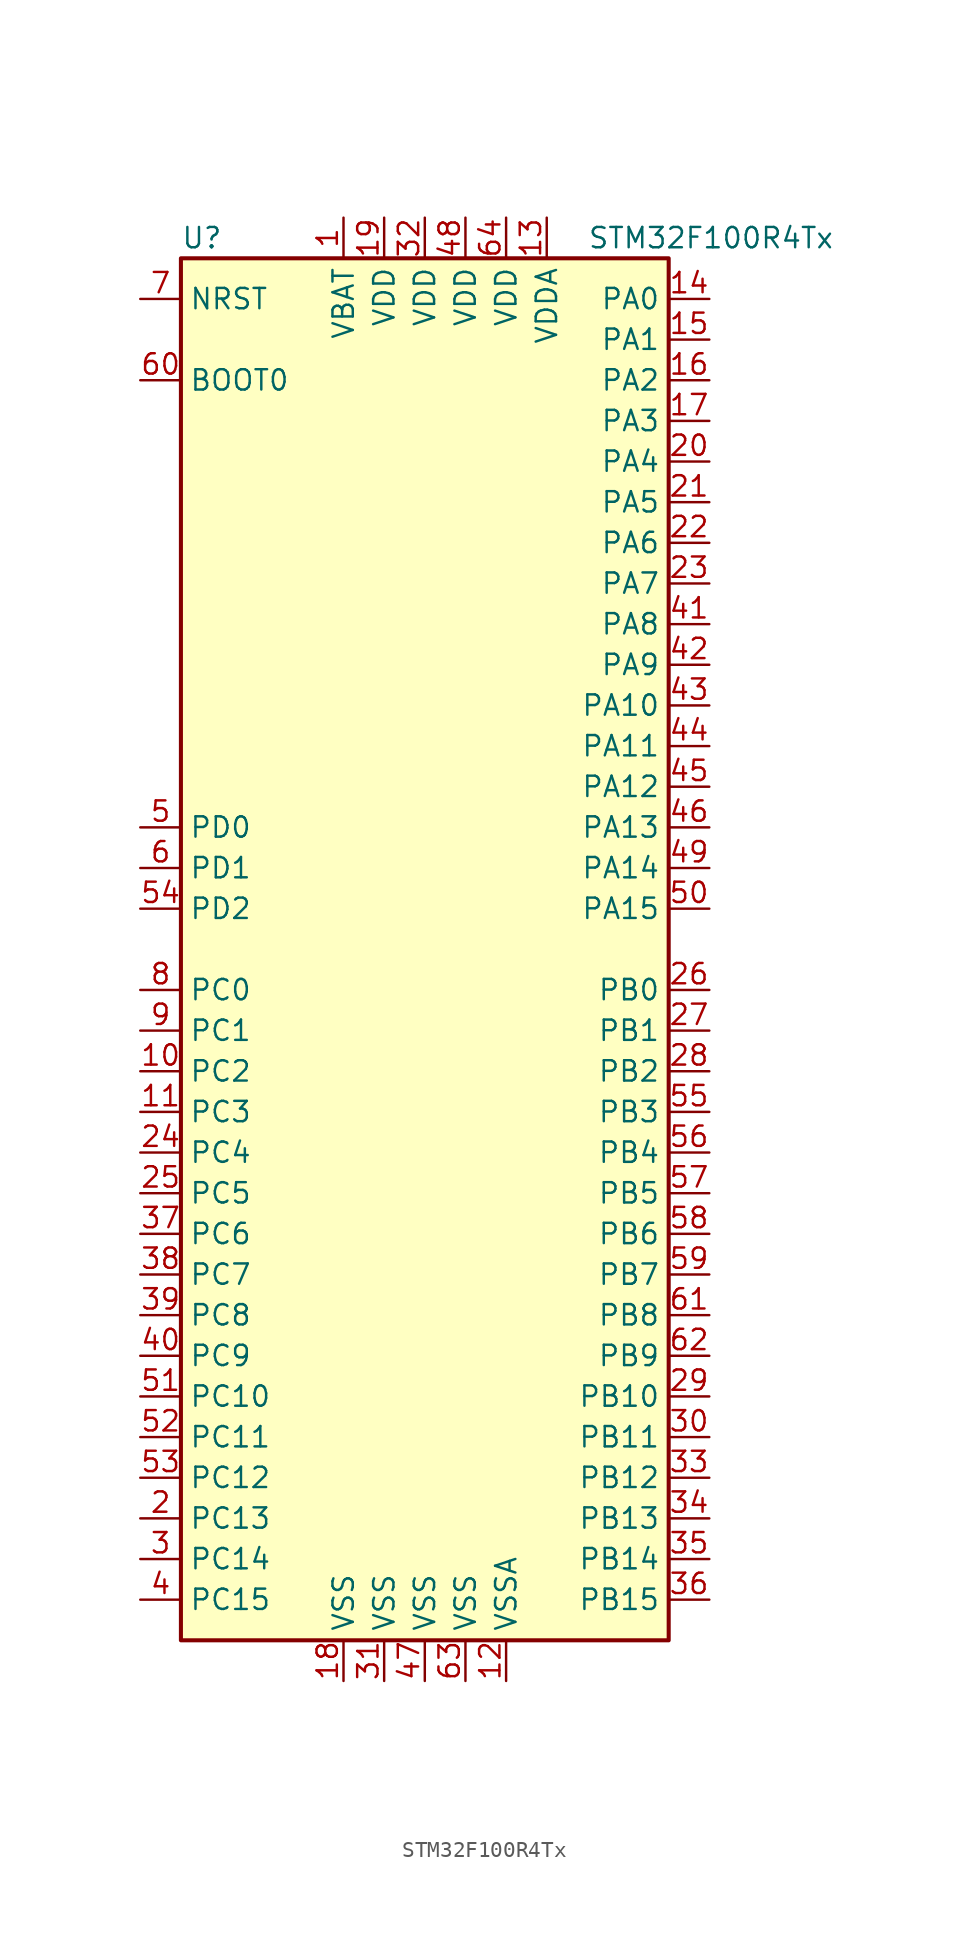
<source format=kicad_sym>
(kicad_symbol_lib
  (version 20211014)
  (generator kicad_symbol_editor)
  (symbol "STM32F100R4Tx"
    (property "Reference" "U"
      (at -15.24 44.45 0)
      (effects (font (size 1.27 1.27)) (justify left)))
    (property "Value" "STM32F100R4Tx"
      (at 10.16 44.45 0)
      (effects (font (size 1.27 1.27)) (justify left)))
    (symbol "STM32F100R4Tx_0_1"
      (rectangle (start -15.24 -43.18) (end 15.24 43.18) (stroke (width 0.254) (type default) (color 0 0 0 0)) (fill (type background))))
    (symbol "STM32F100R4Tx_1_1"
      (pin power_in line (at -5.08 45.72 270) (length 2.54) (name "VBAT" (effects (font (size 1.27 1.27)))) (number "1" (effects (font (size 1.27 1.27)))))
      (pin bidirectional line (at -17.78 -7.62 0) (length 2.54) (name "PC2" (effects (font (size 1.27 1.27)))) (number "10" (effects (font (size 1.27 1.27)))))
      (pin bidirectional line (at -17.78 -10.16 0) (length 2.54) (name "PC3" (effects (font (size 1.27 1.27)))) (number "11" (effects (font (size 1.27 1.27)))))
      (pin power_in line (at 5.08 -45.72 90) (length 2.54) (name "VSSA" (effects (font (size 1.27 1.27)))) (number "12" (effects (font (size 1.27 1.27)))))
      (pin power_in line (at 7.62 45.72 270) (length 2.54) (name "VDDA" (effects (font (size 1.27 1.27)))) (number "13" (effects (font (size 1.27 1.27)))))
      (pin bidirectional line (at 17.78 40.64 180) (length 2.54) (name "PA0" (effects (font (size 1.27 1.27)))) (number "14" (effects (font (size 1.27 1.27)))))
      (pin bidirectional line (at 17.78 38.1 180) (length 2.54) (name "PA1" (effects (font (size 1.27 1.27)))) (number "15" (effects (font (size 1.27 1.27)))))
      (pin bidirectional line (at 17.78 35.56 180) (length 2.54) (name "PA2" (effects (font (size 1.27 1.27)))) (number "16" (effects (font (size 1.27 1.27)))))
      (pin bidirectional line (at 17.78 33.02 180) (length 2.54) (name "PA3" (effects (font (size 1.27 1.27)))) (number "17" (effects (font (size 1.27 1.27)))))
      (pin power_in line (at -5.08 -45.72 90) (length 2.54) (name "VSS" (effects (font (size 1.27 1.27)))) (number "18" (effects (font (size 1.27 1.27)))))
      (pin power_in line (at -2.54 45.72 270) (length 2.54) (name "VDD" (effects (font (size 1.27 1.27)))) (number "19" (effects (font (size 1.27 1.27)))))
      (pin bidirectional line (at -17.78 -35.56 0) (length 2.54) (name "PC13" (effects (font (size 1.27 1.27)))) (number "2" (effects (font (size 1.27 1.27)))))
      (pin bidirectional line (at 17.78 30.48 180) (length 2.54) (name "PA4" (effects (font (size 1.27 1.27)))) (number "20" (effects (font (size 1.27 1.27)))))
      (pin bidirectional line (at 17.78 27.94 180) (length 2.54) (name "PA5" (effects (font (size 1.27 1.27)))) (number "21" (effects (font (size 1.27 1.27)))))
      (pin bidirectional line (at 17.78 25.4 180) (length 2.54) (name "PA6" (effects (font (size 1.27 1.27)))) (number "22" (effects (font (size 1.27 1.27)))))
      (pin bidirectional line (at 17.78 22.86 180) (length 2.54) (name "PA7" (effects (font (size 1.27 1.27)))) (number "23" (effects (font (size 1.27 1.27)))))
      (pin bidirectional line (at -17.78 -12.7 0) (length 2.54) (name "PC4" (effects (font (size 1.27 1.27)))) (number "24" (effects (font (size 1.27 1.27)))))
      (pin bidirectional line (at -17.78 -15.24 0) (length 2.54) (name "PC5" (effects (font (size 1.27 1.27)))) (number "25" (effects (font (size 1.27 1.27)))))
      (pin bidirectional line (at 17.78 -2.54 180) (length 2.54) (name "PB0" (effects (font (size 1.27 1.27)))) (number "26" (effects (font (size 1.27 1.27)))))
      (pin bidirectional line (at 17.78 -5.08 180) (length 2.54) (name "PB1" (effects (font (size 1.27 1.27)))) (number "27" (effects (font (size 1.27 1.27)))))
      (pin bidirectional line (at 17.78 -7.62 180) (length 2.54) (name "PB2" (effects (font (size 1.27 1.27)))) (number "28" (effects (font (size 1.27 1.27)))))
      (pin bidirectional line (at 17.78 -27.94 180) (length 2.54) (name "PB10" (effects (font (size 1.27 1.27)))) (number "29" (effects (font (size 1.27 1.27)))))
      (pin bidirectional line (at -17.78 -38.1 0) (length 2.54) (name "PC14" (effects (font (size 1.27 1.27)))) (number "3" (effects (font (size 1.27 1.27)))))
      (pin bidirectional line (at 17.78 -30.48 180) (length 2.54) (name "PB11" (effects (font (size 1.27 1.27)))) (number "30" (effects (font (size 1.27 1.27)))))
      (pin power_in line (at -2.54 -45.72 90) (length 2.54) (name "VSS" (effects (font (size 1.27 1.27)))) (number "31" (effects (font (size 1.27 1.27)))))
      (pin power_in line (at 0 45.72 270) (length 2.54) (name "VDD" (effects (font (size 1.27 1.27)))) (number "32" (effects (font (size 1.27 1.27)))))
      (pin bidirectional line (at 17.78 -33.02 180) (length 2.54) (name "PB12" (effects (font (size 1.27 1.27)))) (number "33" (effects (font (size 1.27 1.27)))))
      (pin bidirectional line (at 17.78 -35.56 180) (length 2.54) (name "PB13" (effects (font (size 1.27 1.27)))) (number "34" (effects (font (size 1.27 1.27)))))
      (pin bidirectional line (at 17.78 -38.1 180) (length 2.54) (name "PB14" (effects (font (size 1.27 1.27)))) (number "35" (effects (font (size 1.27 1.27)))))
      (pin bidirectional line (at 17.78 -40.64 180) (length 2.54) (name "PB15" (effects (font (size 1.27 1.27)))) (number "36" (effects (font (size 1.27 1.27)))))
      (pin bidirectional line (at -17.78 -17.78 0) (length 2.54) (name "PC6" (effects (font (size 1.27 1.27)))) (number "37" (effects (font (size 1.27 1.27)))))
      (pin bidirectional line (at -17.78 -20.32 0) (length 2.54) (name "PC7" (effects (font (size 1.27 1.27)))) (number "38" (effects (font (size 1.27 1.27)))))
      (pin bidirectional line (at -17.78 -22.86 0) (length 2.54) (name "PC8" (effects (font (size 1.27 1.27)))) (number "39" (effects (font (size 1.27 1.27)))))
      (pin bidirectional line (at -17.78 -40.64 0) (length 2.54) (name "PC15" (effects (font (size 1.27 1.27)))) (number "4" (effects (font (size 1.27 1.27)))))
      (pin bidirectional line (at -17.78 -25.4 0) (length 2.54) (name "PC9" (effects (font (size 1.27 1.27)))) (number "40" (effects (font (size 1.27 1.27)))))
      (pin bidirectional line (at 17.78 20.32 180) (length 2.54) (name "PA8" (effects (font (size 1.27 1.27)))) (number "41" (effects (font (size 1.27 1.27)))))
      (pin bidirectional line (at 17.78 17.78 180) (length 2.54) (name "PA9" (effects (font (size 1.27 1.27)))) (number "42" (effects (font (size 1.27 1.27)))))
      (pin bidirectional line (at 17.78 15.24 180) (length 2.54) (name "PA10" (effects (font (size 1.27 1.27)))) (number "43" (effects (font (size 1.27 1.27)))))
      (pin bidirectional line (at 17.78 12.7 180) (length 2.54) (name "PA11" (effects (font (size 1.27 1.27)))) (number "44" (effects (font (size 1.27 1.27)))))
      (pin bidirectional line (at 17.78 10.16 180) (length 2.54) (name "PA12" (effects (font (size 1.27 1.27)))) (number "45" (effects (font (size 1.27 1.27)))))
      (pin bidirectional line (at 17.78 7.62 180) (length 2.54) (name "PA13" (effects (font (size 1.27 1.27)))) (number "46" (effects (font (size 1.27 1.27)))))
      (pin power_in line (at 0 -45.72 90) (length 2.54) (name "VSS" (effects (font (size 1.27 1.27)))) (number "47" (effects (font (size 1.27 1.27)))))
      (pin power_in line (at 2.54 45.72 270) (length 2.54) (name "VDD" (effects (font (size 1.27 1.27)))) (number "48" (effects (font (size 1.27 1.27)))))
      (pin bidirectional line (at 17.78 5.08 180) (length 2.54) (name "PA14" (effects (font (size 1.27 1.27)))) (number "49" (effects (font (size 1.27 1.27)))))
      (pin input line (at -17.78 7.62 0) (length 2.54) (name "PD0" (effects (font (size 1.27 1.27)))) (number "5" (effects (font (size 1.27 1.27)))))
      (pin bidirectional line (at 17.78 2.54 180) (length 2.54) (name "PA15" (effects (font (size 1.27 1.27)))) (number "50" (effects (font (size 1.27 1.27)))))
      (pin bidirectional line (at -17.78 -27.94 0) (length 2.54) (name "PC10" (effects (font (size 1.27 1.27)))) (number "51" (effects (font (size 1.27 1.27)))))
      (pin bidirectional line (at -17.78 -30.48 0) (length 2.54) (name "PC11" (effects (font (size 1.27 1.27)))) (number "52" (effects (font (size 1.27 1.27)))))
      (pin bidirectional line (at -17.78 -33.02 0) (length 2.54) (name "PC12" (effects (font (size 1.27 1.27)))) (number "53" (effects (font (size 1.27 1.27)))))
      (pin bidirectional line (at -17.78 2.54 0) (length 2.54) (name "PD2" (effects (font (size 1.27 1.27)))) (number "54" (effects (font (size 1.27 1.27)))))
      (pin bidirectional line (at 17.78 -10.16 180) (length 2.54) (name "PB3" (effects (font (size 1.27 1.27)))) (number "55" (effects (font (size 1.27 1.27)))))
      (pin bidirectional line (at 17.78 -12.7 180) (length 2.54) (name "PB4" (effects (font (size 1.27 1.27)))) (number "56" (effects (font (size 1.27 1.27)))))
      (pin bidirectional line (at 17.78 -15.24 180) (length 2.54) (name "PB5" (effects (font (size 1.27 1.27)))) (number "57" (effects (font (size 1.27 1.27)))))
      (pin bidirectional line (at 17.78 -17.78 180) (length 2.54) (name "PB6" (effects (font (size 1.27 1.27)))) (number "58" (effects (font (size 1.27 1.27)))))
      (pin bidirectional line (at 17.78 -20.32 180) (length 2.54) (name "PB7" (effects (font (size 1.27 1.27)))) (number "59" (effects (font (size 1.27 1.27)))))
      (pin input line (at -17.78 5.08 0) (length 2.54) (name "PD1" (effects (font (size 1.27 1.27)))) (number "6" (effects (font (size 1.27 1.27)))))
      (pin input line (at -17.78 35.56 0) (length 2.54) (name "BOOT0" (effects (font (size 1.27 1.27)))) (number "60" (effects (font (size 1.27 1.27)))))
      (pin bidirectional line (at 17.78 -22.86 180) (length 2.54) (name "PB8" (effects (font (size 1.27 1.27)))) (number "61" (effects (font (size 1.27 1.27)))))
      (pin bidirectional line (at 17.78 -25.4 180) (length 2.54) (name "PB9" (effects (font (size 1.27 1.27)))) (number "62" (effects (font (size 1.27 1.27)))))
      (pin power_in line (at 2.54 -45.72 90) (length 2.54) (name "VSS" (effects (font (size 1.27 1.27)))) (number "63" (effects (font (size 1.27 1.27)))))
      (pin power_in line (at 5.08 45.72 270) (length 2.54) (name "VDD" (effects (font (size 1.27 1.27)))) (number "64" (effects (font (size 1.27 1.27)))))
      (pin input line (at -17.78 40.64 0) (length 2.54) (name "NRST" (effects (font (size 1.27 1.27)))) (number "7" (effects (font (size 1.27 1.27)))))
      (pin bidirectional line (at -17.78 -2.54 0) (length 2.54) (name "PC0" (effects (font (size 1.27 1.27)))) (number "8" (effects (font (size 1.27 1.27)))))
      (pin bidirectional line (at -17.78 -5.08 0) (length 2.54) (name "PC1" (effects (font (size 1.27 1.27)))) (number "9" (effects (font (size 1.27 1.27))))))))
</source>
